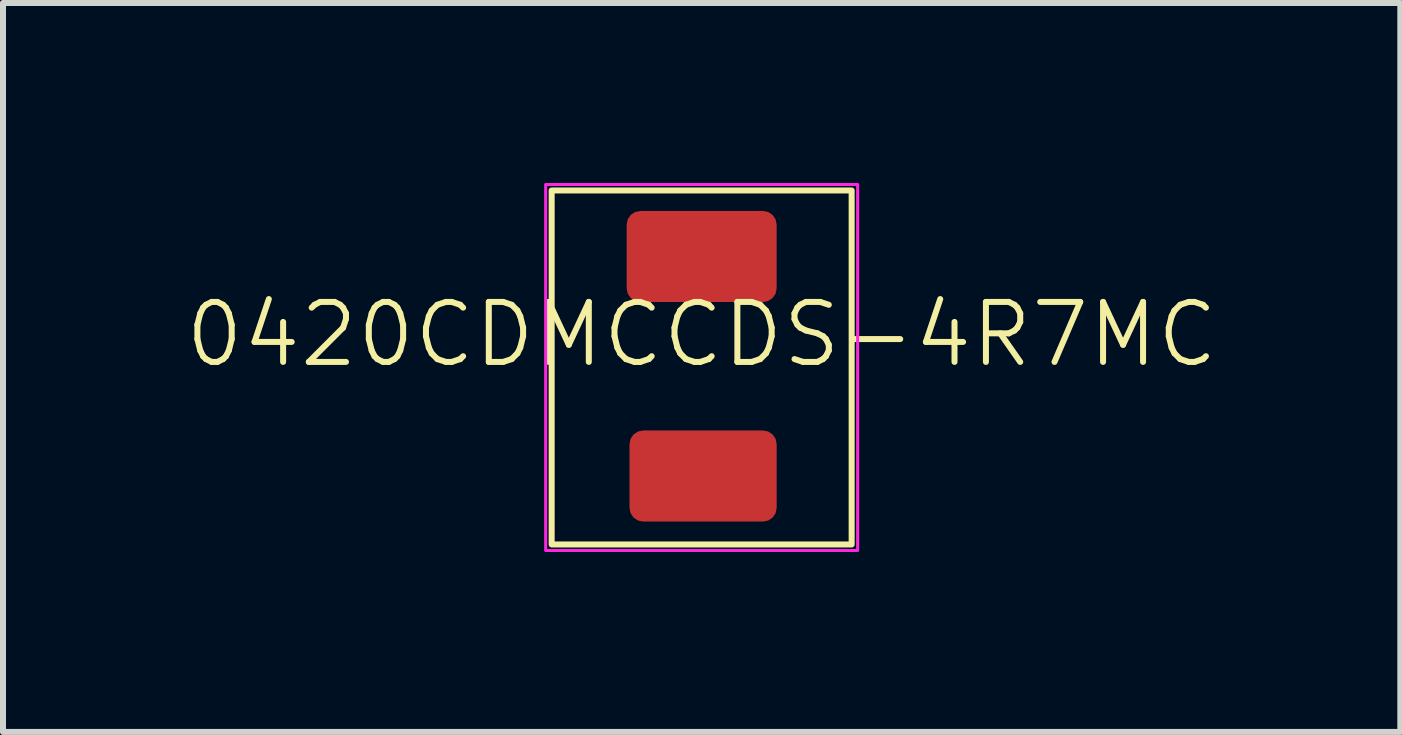
<source format=kicad_pcb>
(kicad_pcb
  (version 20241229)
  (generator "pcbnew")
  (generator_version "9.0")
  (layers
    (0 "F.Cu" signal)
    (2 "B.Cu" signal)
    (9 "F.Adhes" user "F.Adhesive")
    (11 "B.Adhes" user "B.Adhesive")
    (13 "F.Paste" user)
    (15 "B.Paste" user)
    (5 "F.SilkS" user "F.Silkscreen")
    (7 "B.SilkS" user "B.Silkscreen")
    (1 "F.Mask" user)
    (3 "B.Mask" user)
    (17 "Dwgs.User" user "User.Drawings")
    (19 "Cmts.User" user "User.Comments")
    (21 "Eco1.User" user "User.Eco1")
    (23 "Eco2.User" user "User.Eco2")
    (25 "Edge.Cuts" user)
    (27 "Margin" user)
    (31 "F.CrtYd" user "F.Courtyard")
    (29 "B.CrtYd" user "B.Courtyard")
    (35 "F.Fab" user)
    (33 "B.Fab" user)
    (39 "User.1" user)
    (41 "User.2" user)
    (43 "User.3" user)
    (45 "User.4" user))
  (footprint "0420CDMCCDS-4R7MC"
    (layer "F.Cu")
    (at 8.645 3.025)
    (property "Reference" "0420CDMCCDS-4R7MC" (at 0 -0.5 0) (unlocked yes) (layer "F.SilkS") (effects (font (size 1 1) (thickness 0.1))))
    (attr smd)
    (fp_rect (start -2.5 -2.9) (end 2.5 3) (stroke (width 0.1) (type default)) (fill no) (layer "F.SilkS"))
    (fp_rect (start -2.6 -3) (end 2.6 3.1) (stroke (width 0.05) (type default)) (fill no) (layer "F.CrtYd"))
    (pad "1" smd roundrect (at 0 -1.8) (size 2.5 1.518) (layers "F.Cu" "F.Mask" "F.Paste") (roundrect_rratio 0.15))
    (pad "2" smd roundrect (at 0.024 1.859) (size 2.453 1.518) (layers "F.Cu" "F.Mask" "F.Paste") (roundrect_rratio 0.15)))
  (gr_rect
    (start -3 -3)
    (end 20.29 9.15)
    (stroke (width 0.1) (type default))
    (fill no)
    (layer "Edge.Cuts")))
</source>
